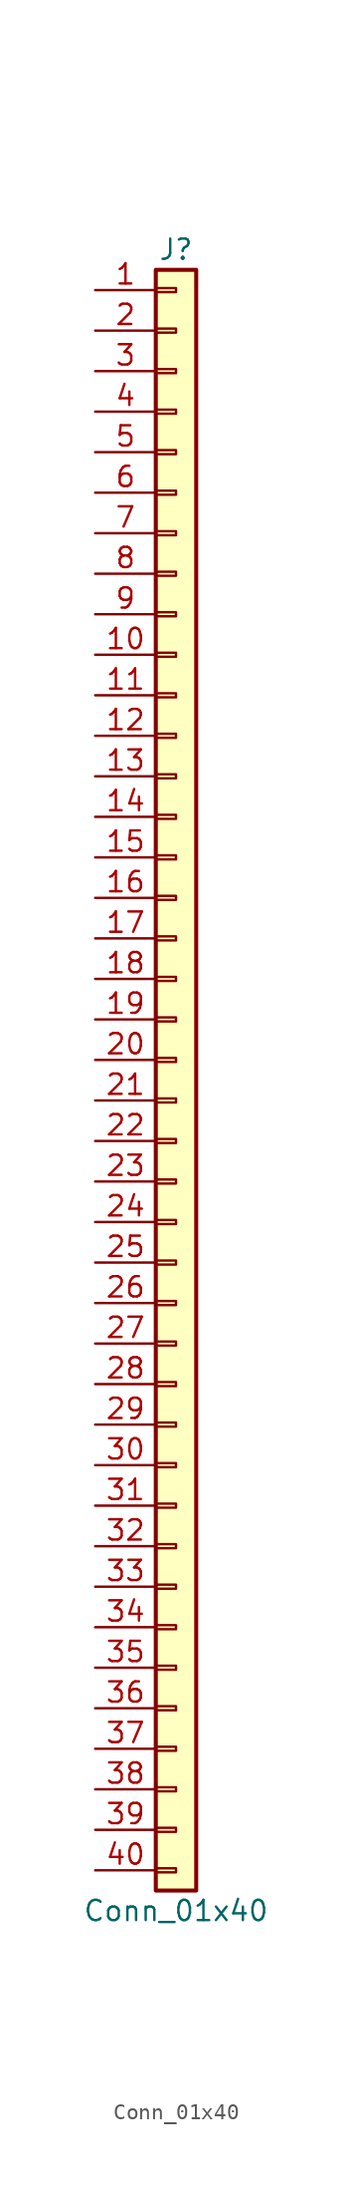
<source format=kicad_sym>
(kicad_symbol_lib
  (version 20201005)
  (generator kicad_symbol_editor)
  (symbol "Connector_Generic:Conn_01x40"
    (pin_names
      (offset 1.016) hide)
    (property "Reference" "J"
      (at 0 50.8 0)
      (effects (font (size 1.27 1.27))))
    (property "Value" "Conn_01x40"
      (at 0 -53.34 0)
      (effects (font (size 1.27 1.27))))
    (symbol "Conn_01x40_1_1"
      (rectangle (start -1.27 -27.813) (end 0 -28.067) (stroke (width 0.152)) (fill (type none)))
      (rectangle (start -1.27 -30.353) (end 0 -30.607) (stroke (width 0.152)) (fill (type none)))
      (rectangle (start -1.27 -32.893) (end 0 -33.147) (stroke (width 0.152)) (fill (type none)))
      (rectangle (start -1.27 -35.433) (end 0 -35.687) (stroke (width 0.152)) (fill (type none)))
      (rectangle (start -1.27 -37.973) (end 0 -38.227) (stroke (width 0.152)) (fill (type none)))
      (rectangle (start -1.27 -40.513) (end 0 -40.767) (stroke (width 0.152)) (fill (type none)))
      (rectangle (start -1.27 -43.053) (end 0 -43.307) (stroke (width 0.152)) (fill (type none)))
      (rectangle (start -1.27 -45.593) (end 0 -45.847) (stroke (width 0.152)) (fill (type none)))
      (rectangle (start -1.27 -48.133) (end 0 -48.387) (stroke (width 0.152)) (fill (type none)))
      (rectangle (start -1.27 -4.953) (end 0 -5.207) (stroke (width 0.152)) (fill (type none)))
      (rectangle (start -1.27 -50.673) (end 0 -50.927) (stroke (width 0.152)) (fill (type none)))
      (rectangle (start -1.27 -7.493) (end 0 -7.747) (stroke (width 0.152)) (fill (type none)))
      (rectangle (start -1.27 -10.033) (end 0 -10.287) (stroke (width 0.152)) (fill (type none)))
      (rectangle (start -1.27 -12.573) (end 0 -12.827) (stroke (width 0.152)) (fill (type none)))
      (rectangle (start -1.27 -15.113) (end 0 -15.367) (stroke (width 0.152)) (fill (type none)))
      (rectangle (start -1.27 -17.653) (end 0 -17.907) (stroke (width 0.152)) (fill (type none)))
      (rectangle (start -1.27 -20.193) (end 0 -20.447) (stroke (width 0.152)) (fill (type none)))
      (rectangle (start -1.27 -22.733) (end 0 -22.987) (stroke (width 0.152)) (fill (type none)))
      (rectangle (start -1.27 -2.413) (end 0 -2.667) (stroke (width 0.152)) (fill (type none)))
      (rectangle (start -1.27 -25.273) (end 0 -25.527) (stroke (width 0.152)) (fill (type none)))
      (rectangle (start -1.27 25.527) (end 0 25.273) (stroke (width 0.152)) (fill (type none)))
      (rectangle (start -1.27 2.667) (end 0 2.413) (stroke (width 0.152)) (fill (type none)))
      (rectangle (start -1.27 28.067) (end 0 27.813) (stroke (width 0.152)) (fill (type none)))
      (rectangle (start -1.27 30.607) (end 0 30.353) (stroke (width 0.152)) (fill (type none)))
      (rectangle (start -1.27 33.147) (end 0 32.893) (stroke (width 0.152)) (fill (type none)))
      (rectangle (start -1.27 35.687) (end 0 35.433) (stroke (width 0.152)) (fill (type none)))
      (rectangle (start -1.27 38.227) (end 0 37.973) (stroke (width 0.152)) (fill (type none)))
      (rectangle (start -1.27 40.767) (end 0 40.513) (stroke (width 0.152)) (fill (type none)))
      (rectangle (start -1.27 43.307) (end 0 43.053) (stroke (width 0.152)) (fill (type none)))
      (rectangle (start -1.27 45.847) (end 0 45.593) (stroke (width 0.152)) (fill (type none)))
      (rectangle (start -1.27 48.387) (end 0 48.133) (stroke (width 0.152)) (fill (type none)))
      (rectangle (start -1.27 49.53) (end 1.27 -52.07) (stroke (width 0.254)) (fill (type background)))
      (rectangle (start -1.27 5.207) (end 0 4.953) (stroke (width 0.152)) (fill (type none)))
      (rectangle (start -1.27 7.747) (end 0 7.493) (stroke (width 0.152)) (fill (type none)))
      (rectangle (start -1.27 10.287) (end 0 10.033) (stroke (width 0.152)) (fill (type none)))
      (rectangle (start -1.27 0.127) (end 0 -0.127) (stroke (width 0.152)) (fill (type none)))
      (rectangle (start -1.27 12.827) (end 0 12.573) (stroke (width 0.152)) (fill (type none)))
      (rectangle (start -1.27 15.367) (end 0 15.113) (stroke (width 0.152)) (fill (type none)))
      (rectangle (start -1.27 17.907) (end 0 17.653) (stroke (width 0.152)) (fill (type none)))
      (rectangle (start -1.27 20.447) (end 0 20.193) (stroke (width 0.152)) (fill (type none)))
      (rectangle (start -1.27 22.987) (end 0 22.733) (stroke (width 0.152)) (fill (type none)))
      (pin passive line (at -5.08 48.26 0) (length 3.81) (name "Pin_1" (effects (font (size 1.27 1.27)))) (number "1" (effects (font (size 1.27 1.27)))))
      (pin passive line (at -5.08 25.4 0) (length 3.81) (name "Pin_10" (effects (font (size 1.27 1.27)))) (number "10" (effects (font (size 1.27 1.27)))))
      (pin passive line (at -5.08 22.86 0) (length 3.81) (name "Pin_11" (effects (font (size 1.27 1.27)))) (number "11" (effects (font (size 1.27 1.27)))))
      (pin passive line (at -5.08 20.32 0) (length 3.81) (name "Pin_12" (effects (font (size 1.27 1.27)))) (number "12" (effects (font (size 1.27 1.27)))))
      (pin passive line (at -5.08 17.78 0) (length 3.81) (name "Pin_13" (effects (font (size 1.27 1.27)))) (number "13" (effects (font (size 1.27 1.27)))))
      (pin passive line (at -5.08 15.24 0) (length 3.81) (name "Pin_14" (effects (font (size 1.27 1.27)))) (number "14" (effects (font (size 1.27 1.27)))))
      (pin passive line (at -5.08 12.7 0) (length 3.81) (name "Pin_15" (effects (font (size 1.27 1.27)))) (number "15" (effects (font (size 1.27 1.27)))))
      (pin passive line (at -5.08 10.16 0) (length 3.81) (name "Pin_16" (effects (font (size 1.27 1.27)))) (number "16" (effects (font (size 1.27 1.27)))))
      (pin passive line (at -5.08 7.62 0) (length 3.81) (name "Pin_17" (effects (font (size 1.27 1.27)))) (number "17" (effects (font (size 1.27 1.27)))))
      (pin passive line (at -5.08 5.08 0) (length 3.81) (name "Pin_18" (effects (font (size 1.27 1.27)))) (number "18" (effects (font (size 1.27 1.27)))))
      (pin passive line (at -5.08 2.54 0) (length 3.81) (name "Pin_19" (effects (font (size 1.27 1.27)))) (number "19" (effects (font (size 1.27 1.27)))))
      (pin passive line (at -5.08 45.72 0) (length 3.81) (name "Pin_2" (effects (font (size 1.27 1.27)))) (number "2" (effects (font (size 1.27 1.27)))))
      (pin passive line (at -5.08 0 0) (length 3.81) (name "Pin_20" (effects (font (size 1.27 1.27)))) (number "20" (effects (font (size 1.27 1.27)))))
      (pin passive line (at -5.08 -2.54 0) (length 3.81) (name "Pin_21" (effects (font (size 1.27 1.27)))) (number "21" (effects (font (size 1.27 1.27)))))
      (pin passive line (at -5.08 -5.08 0) (length 3.81) (name "Pin_22" (effects (font (size 1.27 1.27)))) (number "22" (effects (font (size 1.27 1.27)))))
      (pin passive line (at -5.08 -7.62 0) (length 3.81) (name "Pin_23" (effects (font (size 1.27 1.27)))) (number "23" (effects (font (size 1.27 1.27)))))
      (pin passive line (at -5.08 -10.16 0) (length 3.81) (name "Pin_24" (effects (font (size 1.27 1.27)))) (number "24" (effects (font (size 1.27 1.27)))))
      (pin passive line (at -5.08 -12.7 0) (length 3.81) (name "Pin_25" (effects (font (size 1.27 1.27)))) (number "25" (effects (font (size 1.27 1.27)))))
      (pin passive line (at -5.08 -15.24 0) (length 3.81) (name "Pin_26" (effects (font (size 1.27 1.27)))) (number "26" (effects (font (size 1.27 1.27)))))
      (pin passive line (at -5.08 -17.78 0) (length 3.81) (name "Pin_27" (effects (font (size 1.27 1.27)))) (number "27" (effects (font (size 1.27 1.27)))))
      (pin passive line (at -5.08 -20.32 0) (length 3.81) (name "Pin_28" (effects (font (size 1.27 1.27)))) (number "28" (effects (font (size 1.27 1.27)))))
      (pin passive line (at -5.08 -22.86 0) (length 3.81) (name "Pin_29" (effects (font (size 1.27 1.27)))) (number "29" (effects (font (size 1.27 1.27)))))
      (pin passive line (at -5.08 43.18 0) (length 3.81) (name "Pin_3" (effects (font (size 1.27 1.27)))) (number "3" (effects (font (size 1.27 1.27)))))
      (pin passive line (at -5.08 -25.4 0) (length 3.81) (name "Pin_30" (effects (font (size 1.27 1.27)))) (number "30" (effects (font (size 1.27 1.27)))))
      (pin passive line (at -5.08 -27.94 0) (length 3.81) (name "Pin_31" (effects (font (size 1.27 1.27)))) (number "31" (effects (font (size 1.27 1.27)))))
      (pin passive line (at -5.08 -30.48 0) (length 3.81) (name "Pin_32" (effects (font (size 1.27 1.27)))) (number "32" (effects (font (size 1.27 1.27)))))
      (pin passive line (at -5.08 -33.02 0) (length 3.81) (name "Pin_33" (effects (font (size 1.27 1.27)))) (number "33" (effects (font (size 1.27 1.27)))))
      (pin passive line (at -5.08 -35.56 0) (length 3.81) (name "Pin_34" (effects (font (size 1.27 1.27)))) (number "34" (effects (font (size 1.27 1.27)))))
      (pin passive line (at -5.08 -38.1 0) (length 3.81) (name "Pin_35" (effects (font (size 1.27 1.27)))) (number "35" (effects (font (size 1.27 1.27)))))
      (pin passive line (at -5.08 -40.64 0) (length 3.81) (name "Pin_36" (effects (font (size 1.27 1.27)))) (number "36" (effects (font (size 1.27 1.27)))))
      (pin passive line (at -5.08 -43.18 0) (length 3.81) (name "Pin_37" (effects (font (size 1.27 1.27)))) (number "37" (effects (font (size 1.27 1.27)))))
      (pin passive line (at -5.08 -45.72 0) (length 3.81) (name "Pin_38" (effects (font (size 1.27 1.27)))) (number "38" (effects (font (size 1.27 1.27)))))
      (pin passive line (at -5.08 -48.26 0) (length 3.81) (name "Pin_39" (effects (font (size 1.27 1.27)))) (number "39" (effects (font (size 1.27 1.27)))))
      (pin passive line (at -5.08 40.64 0) (length 3.81) (name "Pin_4" (effects (font (size 1.27 1.27)))) (number "4" (effects (font (size 1.27 1.27)))))
      (pin passive line (at -5.08 -50.8 0) (length 3.81) (name "Pin_40" (effects (font (size 1.27 1.27)))) (number "40" (effects (font (size 1.27 1.27)))))
      (pin passive line (at -5.08 38.1 0) (length 3.81) (name "Pin_5" (effects (font (size 1.27 1.27)))) (number "5" (effects (font (size 1.27 1.27)))))
      (pin passive line (at -5.08 35.56 0) (length 3.81) (name "Pin_6" (effects (font (size 1.27 1.27)))) (number "6" (effects (font (size 1.27 1.27)))))
      (pin passive line (at -5.08 33.02 0) (length 3.81) (name "Pin_7" (effects (font (size 1.27 1.27)))) (number "7" (effects (font (size 1.27 1.27)))))
      (pin passive line (at -5.08 30.48 0) (length 3.81) (name "Pin_8" (effects (font (size 1.27 1.27)))) (number "8" (effects (font (size 1.27 1.27)))))
      (pin passive line (at -5.08 27.94 0) (length 3.81) (name "Pin_9" (effects (font (size 1.27 1.27)))) (number "9" (effects (font (size 1.27 1.27))))))))
</source>
